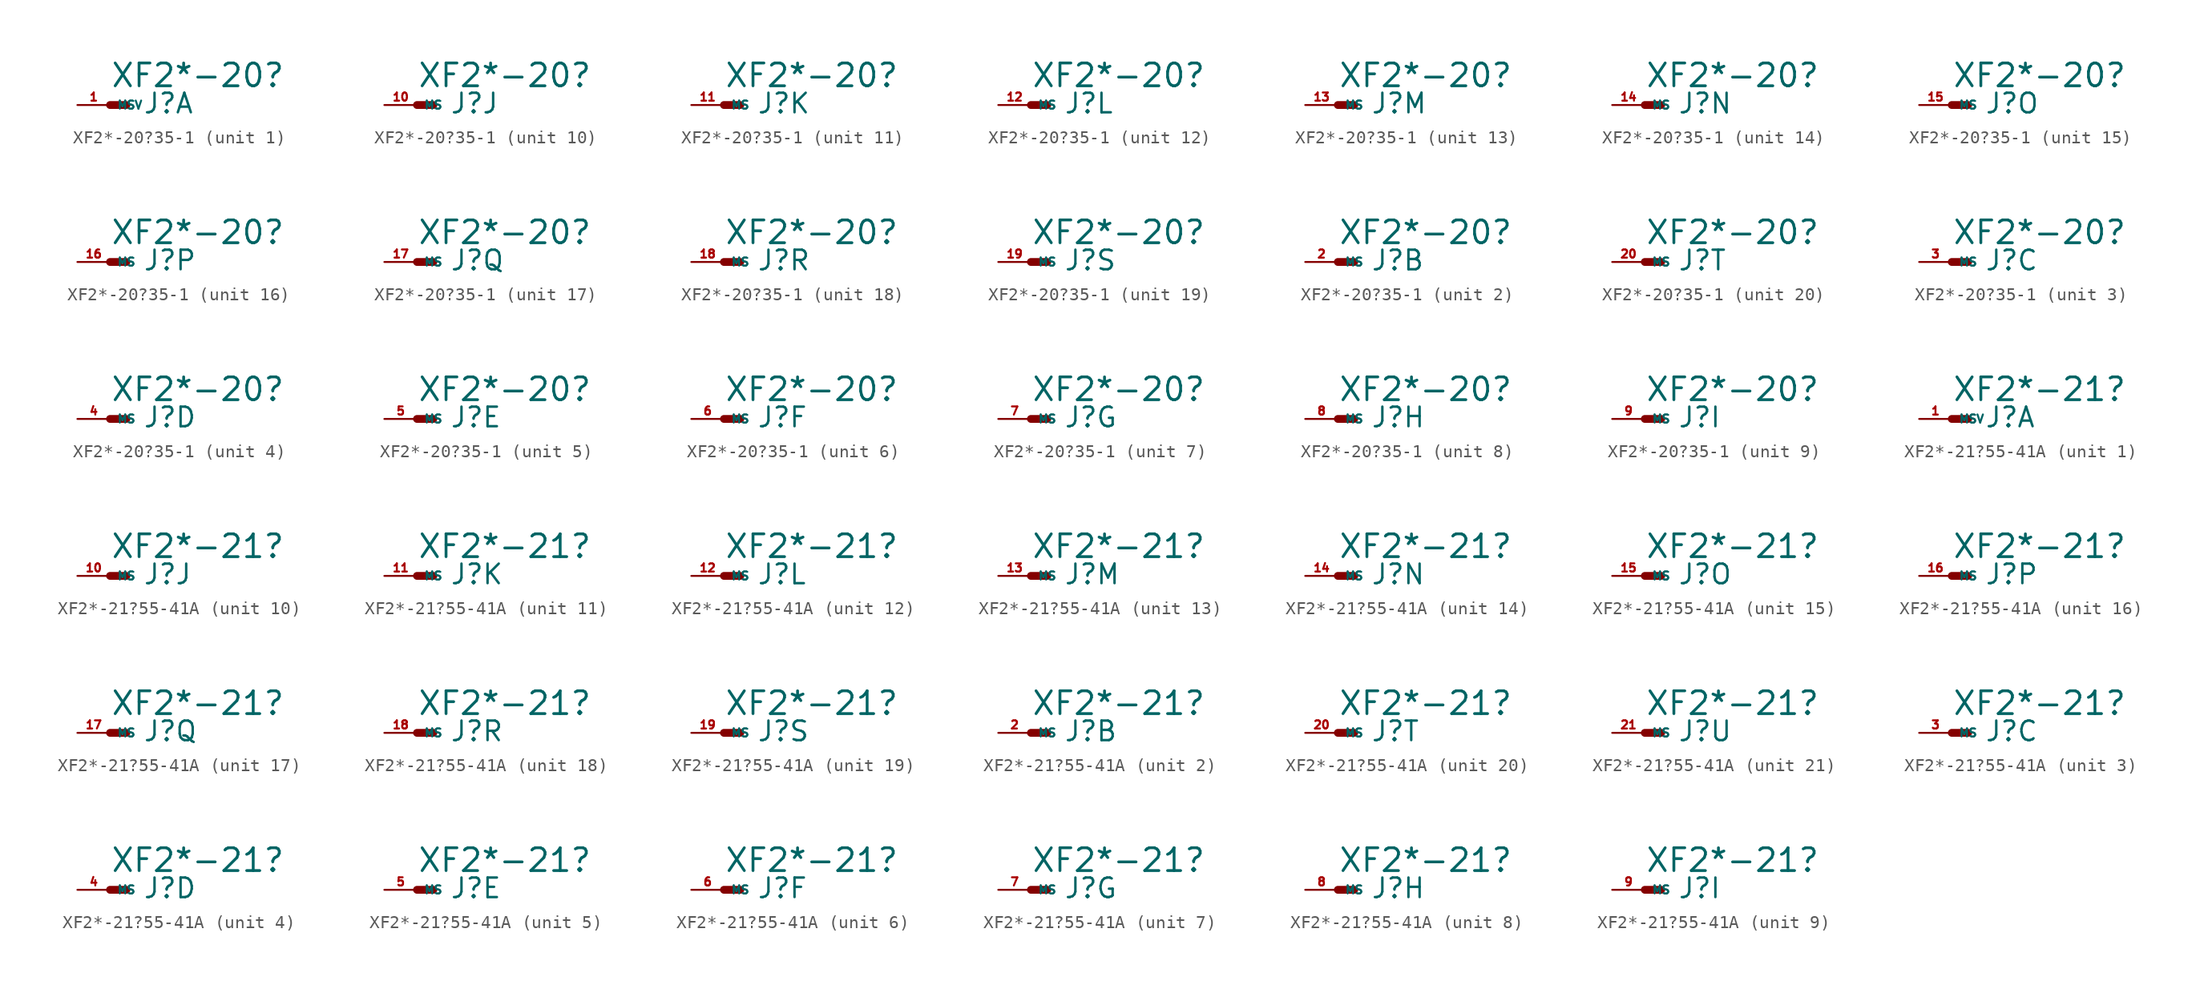
<source format=kicad_sym>
(kicad_symbol_lib
  (version 20220914)
  (generator Eagle2Kicad)
  (symbol "XF2*-20?35-1"
    (property "Reference" "J"
      (at 2.54 -0.762 0)
      (effects (font (size 1.524 1.524) (thickness 0.19)) (justify left bottom)))
    (property "Value" "XF2*-20?"
      (at 0 1.27 0)
      (effects (font (size 1.778 1.778) (thickness 0.22)) (justify left bottom)))
    (symbol "XF2*-20?35-1_1_0"
      (polyline (pts (xy 0 0) (xy 1.27 0)) (stroke (width 0.61) (type default)) (fill (type none)))
      (pin passive line (at -2.54 0 0) (length 2.54) (name "MSV" (effects (font (size 0.635 0.635) (thickness 0.08)) (justify left bottom))) (number "1" (effects (font (size 0.635 0.635) (thickness 0.08)) (justify left bottom)))))
    (symbol "XF2*-20?35-1_2_0"
      (polyline (pts (xy 0 0) (xy 1.27 0)) (stroke (width 0.61) (type default)) (fill (type none)))
      (pin passive line (at -2.54 0 0) (length 2.54) (name "MS" (effects (font (size 0.635 0.635) (thickness 0.08)) (justify left bottom))) (number "2" (effects (font (size 0.635 0.635) (thickness 0.08)) (justify left bottom)))))
    (symbol "XF2*-20?35-1_3_0"
      (polyline (pts (xy 0 0) (xy 1.27 0)) (stroke (width 0.61) (type default)) (fill (type none)))
      (pin passive line (at -2.54 0 0) (length 2.54) (name "MS" (effects (font (size 0.635 0.635) (thickness 0.08)) (justify left bottom))) (number "3" (effects (font (size 0.635 0.635) (thickness 0.08)) (justify left bottom)))))
    (symbol "XF2*-20?35-1_4_0"
      (polyline (pts (xy 0 0) (xy 1.27 0)) (stroke (width 0.61) (type default)) (fill (type none)))
      (pin passive line (at -2.54 0 0) (length 2.54) (name "MS" (effects (font (size 0.635 0.635) (thickness 0.08)) (justify left bottom))) (number "4" (effects (font (size 0.635 0.635) (thickness 0.08)) (justify left bottom)))))
    (symbol "XF2*-20?35-1_5_0"
      (polyline (pts (xy 0 0) (xy 1.27 0)) (stroke (width 0.61) (type default)) (fill (type none)))
      (pin passive line (at -2.54 0 0) (length 2.54) (name "MS" (effects (font (size 0.635 0.635) (thickness 0.08)) (justify left bottom))) (number "5" (effects (font (size 0.635 0.635) (thickness 0.08)) (justify left bottom)))))
    (symbol "XF2*-20?35-1_6_0"
      (polyline (pts (xy 0 0) (xy 1.27 0)) (stroke (width 0.61) (type default)) (fill (type none)))
      (pin passive line (at -2.54 0 0) (length 2.54) (name "MS" (effects (font (size 0.635 0.635) (thickness 0.08)) (justify left bottom))) (number "6" (effects (font (size 0.635 0.635) (thickness 0.08)) (justify left bottom)))))
    (symbol "XF2*-20?35-1_7_0"
      (polyline (pts (xy 0 0) (xy 1.27 0)) (stroke (width 0.61) (type default)) (fill (type none)))
      (pin passive line (at -2.54 0 0) (length 2.54) (name "MS" (effects (font (size 0.635 0.635) (thickness 0.08)) (justify left bottom))) (number "7" (effects (font (size 0.635 0.635) (thickness 0.08)) (justify left bottom)))))
    (symbol "XF2*-20?35-1_8_0"
      (polyline (pts (xy 0 0) (xy 1.27 0)) (stroke (width 0.61) (type default)) (fill (type none)))
      (pin passive line (at -2.54 0 0) (length 2.54) (name "MS" (effects (font (size 0.635 0.635) (thickness 0.08)) (justify left bottom))) (number "8" (effects (font (size 0.635 0.635) (thickness 0.08)) (justify left bottom)))))
    (symbol "XF2*-20?35-1_9_0"
      (polyline (pts (xy 0 0) (xy 1.27 0)) (stroke (width 0.61) (type default)) (fill (type none)))
      (pin passive line (at -2.54 0 0) (length 2.54) (name "MS" (effects (font (size 0.635 0.635) (thickness 0.08)) (justify left bottom))) (number "9" (effects (font (size 0.635 0.635) (thickness 0.08)) (justify left bottom)))))
    (symbol "XF2*-20?35-1_10_0"
      (polyline (pts (xy 0 0) (xy 1.27 0)) (stroke (width 0.61) (type default)) (fill (type none)))
      (pin passive line (at -2.54 0 0) (length 2.54) (name "MS" (effects (font (size 0.635 0.635) (thickness 0.08)) (justify left bottom))) (number "10" (effects (font (size 0.635 0.635) (thickness 0.08)) (justify left bottom)))))
    (symbol "XF2*-20?35-1_11_0"
      (polyline (pts (xy 0 0) (xy 1.27 0)) (stroke (width 0.61) (type default)) (fill (type none)))
      (pin passive line (at -2.54 0 0) (length 2.54) (name "MS" (effects (font (size 0.635 0.635) (thickness 0.08)) (justify left bottom))) (number "11" (effects (font (size 0.635 0.635) (thickness 0.08)) (justify left bottom)))))
    (symbol "XF2*-20?35-1_12_0"
      (polyline (pts (xy 0 0) (xy 1.27 0)) (stroke (width 0.61) (type default)) (fill (type none)))
      (pin passive line (at -2.54 0 0) (length 2.54) (name "MS" (effects (font (size 0.635 0.635) (thickness 0.08)) (justify left bottom))) (number "12" (effects (font (size 0.635 0.635) (thickness 0.08)) (justify left bottom)))))
    (symbol "XF2*-20?35-1_13_0"
      (polyline (pts (xy 0 0) (xy 1.27 0)) (stroke (width 0.61) (type default)) (fill (type none)))
      (pin passive line (at -2.54 0 0) (length 2.54) (name "MS" (effects (font (size 0.635 0.635) (thickness 0.08)) (justify left bottom))) (number "13" (effects (font (size 0.635 0.635) (thickness 0.08)) (justify left bottom)))))
    (symbol "XF2*-20?35-1_14_0"
      (polyline (pts (xy 0 0) (xy 1.27 0)) (stroke (width 0.61) (type default)) (fill (type none)))
      (pin passive line (at -2.54 0 0) (length 2.54) (name "MS" (effects (font (size 0.635 0.635) (thickness 0.08)) (justify left bottom))) (number "14" (effects (font (size 0.635 0.635) (thickness 0.08)) (justify left bottom)))))
    (symbol "XF2*-20?35-1_15_0"
      (polyline (pts (xy 0 0) (xy 1.27 0)) (stroke (width 0.61) (type default)) (fill (type none)))
      (pin passive line (at -2.54 0 0) (length 2.54) (name "MS" (effects (font (size 0.635 0.635) (thickness 0.08)) (justify left bottom))) (number "15" (effects (font (size 0.635 0.635) (thickness 0.08)) (justify left bottom)))))
    (symbol "XF2*-20?35-1_16_0"
      (polyline (pts (xy 0 0) (xy 1.27 0)) (stroke (width 0.61) (type default)) (fill (type none)))
      (pin passive line (at -2.54 0 0) (length 2.54) (name "MS" (effects (font (size 0.635 0.635) (thickness 0.08)) (justify left bottom))) (number "16" (effects (font (size 0.635 0.635) (thickness 0.08)) (justify left bottom)))))
    (symbol "XF2*-20?35-1_17_0"
      (polyline (pts (xy 0 0) (xy 1.27 0)) (stroke (width 0.61) (type default)) (fill (type none)))
      (pin passive line (at -2.54 0 0) (length 2.54) (name "MS" (effects (font (size 0.635 0.635) (thickness 0.08)) (justify left bottom))) (number "17" (effects (font (size 0.635 0.635) (thickness 0.08)) (justify left bottom)))))
    (symbol "XF2*-20?35-1_18_0"
      (polyline (pts (xy 0 0) (xy 1.27 0)) (stroke (width 0.61) (type default)) (fill (type none)))
      (pin passive line (at -2.54 0 0) (length 2.54) (name "MS" (effects (font (size 0.635 0.635) (thickness 0.08)) (justify left bottom))) (number "18" (effects (font (size 0.635 0.635) (thickness 0.08)) (justify left bottom)))))
    (symbol "XF2*-20?35-1_19_0"
      (polyline (pts (xy 0 0) (xy 1.27 0)) (stroke (width 0.61) (type default)) (fill (type none)))
      (pin passive line (at -2.54 0 0) (length 2.54) (name "MS" (effects (font (size 0.635 0.635) (thickness 0.08)) (justify left bottom))) (number "19" (effects (font (size 0.635 0.635) (thickness 0.08)) (justify left bottom)))))
    (symbol "XF2*-20?35-1_20_0"
      (polyline (pts (xy 0 0) (xy 1.27 0)) (stroke (width 0.61) (type default)) (fill (type none)))
      (pin passive line (at -2.54 0 0) (length 2.54) (name "MS" (effects (font (size 0.635 0.635) (thickness 0.08)) (justify left bottom))) (number "20" (effects (font (size 0.635 0.635) (thickness 0.08)) (justify left bottom))))))
  (symbol "XF2*-21?55-41A"
    (property "Reference" "J"
      (at 2.54 -0.762 0)
      (effects (font (size 1.524 1.524) (thickness 0.19)) (justify left bottom)))
    (property "Value" "XF2*-21?"
      (at 0 1.27 0)
      (effects (font (size 1.778 1.778) (thickness 0.22)) (justify left bottom)))
    (symbol "XF2*-21?55-41A_1_0"
      (polyline (pts (xy 0 0) (xy 1.27 0)) (stroke (width 0.61) (type default)) (fill (type none)))
      (pin passive line (at -2.54 0 0) (length 2.54) (name "MSV" (effects (font (size 0.635 0.635) (thickness 0.08)) (justify left bottom))) (number "1" (effects (font (size 0.635 0.635) (thickness 0.08)) (justify left bottom)))))
    (symbol "XF2*-21?55-41A_2_0"
      (polyline (pts (xy 0 0) (xy 1.27 0)) (stroke (width 0.61) (type default)) (fill (type none)))
      (pin passive line (at -2.54 0 0) (length 2.54) (name "MS" (effects (font (size 0.635 0.635) (thickness 0.08)) (justify left bottom))) (number "2" (effects (font (size 0.635 0.635) (thickness 0.08)) (justify left bottom)))))
    (symbol "XF2*-21?55-41A_3_0"
      (polyline (pts (xy 0 0) (xy 1.27 0)) (stroke (width 0.61) (type default)) (fill (type none)))
      (pin passive line (at -2.54 0 0) (length 2.54) (name "MS" (effects (font (size 0.635 0.635) (thickness 0.08)) (justify left bottom))) (number "3" (effects (font (size 0.635 0.635) (thickness 0.08)) (justify left bottom)))))
    (symbol "XF2*-21?55-41A_4_0"
      (polyline (pts (xy 0 0) (xy 1.27 0)) (stroke (width 0.61) (type default)) (fill (type none)))
      (pin passive line (at -2.54 0 0) (length 2.54) (name "MS" (effects (font (size 0.635 0.635) (thickness 0.08)) (justify left bottom))) (number "4" (effects (font (size 0.635 0.635) (thickness 0.08)) (justify left bottom)))))
    (symbol "XF2*-21?55-41A_5_0"
      (polyline (pts (xy 0 0) (xy 1.27 0)) (stroke (width 0.61) (type default)) (fill (type none)))
      (pin passive line (at -2.54 0 0) (length 2.54) (name "MS" (effects (font (size 0.635 0.635) (thickness 0.08)) (justify left bottom))) (number "5" (effects (font (size 0.635 0.635) (thickness 0.08)) (justify left bottom)))))
    (symbol "XF2*-21?55-41A_6_0"
      (polyline (pts (xy 0 0) (xy 1.27 0)) (stroke (width 0.61) (type default)) (fill (type none)))
      (pin passive line (at -2.54 0 0) (length 2.54) (name "MS" (effects (font (size 0.635 0.635) (thickness 0.08)) (justify left bottom))) (number "6" (effects (font (size 0.635 0.635) (thickness 0.08)) (justify left bottom)))))
    (symbol "XF2*-21?55-41A_7_0"
      (polyline (pts (xy 0 0) (xy 1.27 0)) (stroke (width 0.61) (type default)) (fill (type none)))
      (pin passive line (at -2.54 0 0) (length 2.54) (name "MS" (effects (font (size 0.635 0.635) (thickness 0.08)) (justify left bottom))) (number "7" (effects (font (size 0.635 0.635) (thickness 0.08)) (justify left bottom)))))
    (symbol "XF2*-21?55-41A_8_0"
      (polyline (pts (xy 0 0) (xy 1.27 0)) (stroke (width 0.61) (type default)) (fill (type none)))
      (pin passive line (at -2.54 0 0) (length 2.54) (name "MS" (effects (font (size 0.635 0.635) (thickness 0.08)) (justify left bottom))) (number "8" (effects (font (size 0.635 0.635) (thickness 0.08)) (justify left bottom)))))
    (symbol "XF2*-21?55-41A_9_0"
      (polyline (pts (xy 0 0) (xy 1.27 0)) (stroke (width 0.61) (type default)) (fill (type none)))
      (pin passive line (at -2.54 0 0) (length 2.54) (name "MS" (effects (font (size 0.635 0.635) (thickness 0.08)) (justify left bottom))) (number "9" (effects (font (size 0.635 0.635) (thickness 0.08)) (justify left bottom)))))
    (symbol "XF2*-21?55-41A_10_0"
      (polyline (pts (xy 0 0) (xy 1.27 0)) (stroke (width 0.61) (type default)) (fill (type none)))
      (pin passive line (at -2.54 0 0) (length 2.54) (name "MS" (effects (font (size 0.635 0.635) (thickness 0.08)) (justify left bottom))) (number "10" (effects (font (size 0.635 0.635) (thickness 0.08)) (justify left bottom)))))
    (symbol "XF2*-21?55-41A_11_0"
      (polyline (pts (xy 0 0) (xy 1.27 0)) (stroke (width 0.61) (type default)) (fill (type none)))
      (pin passive line (at -2.54 0 0) (length 2.54) (name "MS" (effects (font (size 0.635 0.635) (thickness 0.08)) (justify left bottom))) (number "11" (effects (font (size 0.635 0.635) (thickness 0.08)) (justify left bottom)))))
    (symbol "XF2*-21?55-41A_12_0"
      (polyline (pts (xy 0 0) (xy 1.27 0)) (stroke (width 0.61) (type default)) (fill (type none)))
      (pin passive line (at -2.54 0 0) (length 2.54) (name "MS" (effects (font (size 0.635 0.635) (thickness 0.08)) (justify left bottom))) (number "12" (effects (font (size 0.635 0.635) (thickness 0.08)) (justify left bottom)))))
    (symbol "XF2*-21?55-41A_13_0"
      (polyline (pts (xy 0 0) (xy 1.27 0)) (stroke (width 0.61) (type default)) (fill (type none)))
      (pin passive line (at -2.54 0 0) (length 2.54) (name "MS" (effects (font (size 0.635 0.635) (thickness 0.08)) (justify left bottom))) (number "13" (effects (font (size 0.635 0.635) (thickness 0.08)) (justify left bottom)))))
    (symbol "XF2*-21?55-41A_14_0"
      (polyline (pts (xy 0 0) (xy 1.27 0)) (stroke (width 0.61) (type default)) (fill (type none)))
      (pin passive line (at -2.54 0 0) (length 2.54) (name "MS" (effects (font (size 0.635 0.635) (thickness 0.08)) (justify left bottom))) (number "14" (effects (font (size 0.635 0.635) (thickness 0.08)) (justify left bottom)))))
    (symbol "XF2*-21?55-41A_15_0"
      (polyline (pts (xy 0 0) (xy 1.27 0)) (stroke (width 0.61) (type default)) (fill (type none)))
      (pin passive line (at -2.54 0 0) (length 2.54) (name "MS" (effects (font (size 0.635 0.635) (thickness 0.08)) (justify left bottom))) (number "15" (effects (font (size 0.635 0.635) (thickness 0.08)) (justify left bottom)))))
    (symbol "XF2*-21?55-41A_16_0"
      (polyline (pts (xy 0 0) (xy 1.27 0)) (stroke (width 0.61) (type default)) (fill (type none)))
      (pin passive line (at -2.54 0 0) (length 2.54) (name "MS" (effects (font (size 0.635 0.635) (thickness 0.08)) (justify left bottom))) (number "16" (effects (font (size 0.635 0.635) (thickness 0.08)) (justify left bottom)))))
    (symbol "XF2*-21?55-41A_17_0"
      (polyline (pts (xy 0 0) (xy 1.27 0)) (stroke (width 0.61) (type default)) (fill (type none)))
      (pin passive line (at -2.54 0 0) (length 2.54) (name "MS" (effects (font (size 0.635 0.635) (thickness 0.08)) (justify left bottom))) (number "17" (effects (font (size 0.635 0.635) (thickness 0.08)) (justify left bottom)))))
    (symbol "XF2*-21?55-41A_18_0"
      (polyline (pts (xy 0 0) (xy 1.27 0)) (stroke (width 0.61) (type default)) (fill (type none)))
      (pin passive line (at -2.54 0 0) (length 2.54) (name "MS" (effects (font (size 0.635 0.635) (thickness 0.08)) (justify left bottom))) (number "18" (effects (font (size 0.635 0.635) (thickness 0.08)) (justify left bottom)))))
    (symbol "XF2*-21?55-41A_19_0"
      (polyline (pts (xy 0 0) (xy 1.27 0)) (stroke (width 0.61) (type default)) (fill (type none)))
      (pin passive line (at -2.54 0 0) (length 2.54) (name "MS" (effects (font (size 0.635 0.635) (thickness 0.08)) (justify left bottom))) (number "19" (effects (font (size 0.635 0.635) (thickness 0.08)) (justify left bottom)))))
    (symbol "XF2*-21?55-41A_20_0"
      (polyline (pts (xy 0 0) (xy 1.27 0)) (stroke (width 0.61) (type default)) (fill (type none)))
      (pin passive line (at -2.54 0 0) (length 2.54) (name "MS" (effects (font (size 0.635 0.635) (thickness 0.08)) (justify left bottom))) (number "20" (effects (font (size 0.635 0.635) (thickness 0.08)) (justify left bottom)))))
    (symbol "XF2*-21?55-41A_21_0"
      (polyline (pts (xy 0 0) (xy 1.27 0)) (stroke (width 0.61) (type default)) (fill (type none)))
      (pin passive line (at -2.54 0 0) (length 2.54) (name "MS" (effects (font (size 0.635 0.635) (thickness 0.08)) (justify left bottom))) (number "21" (effects (font (size 0.635 0.635) (thickness 0.08)) (justify left bottom)))))))
</source>
